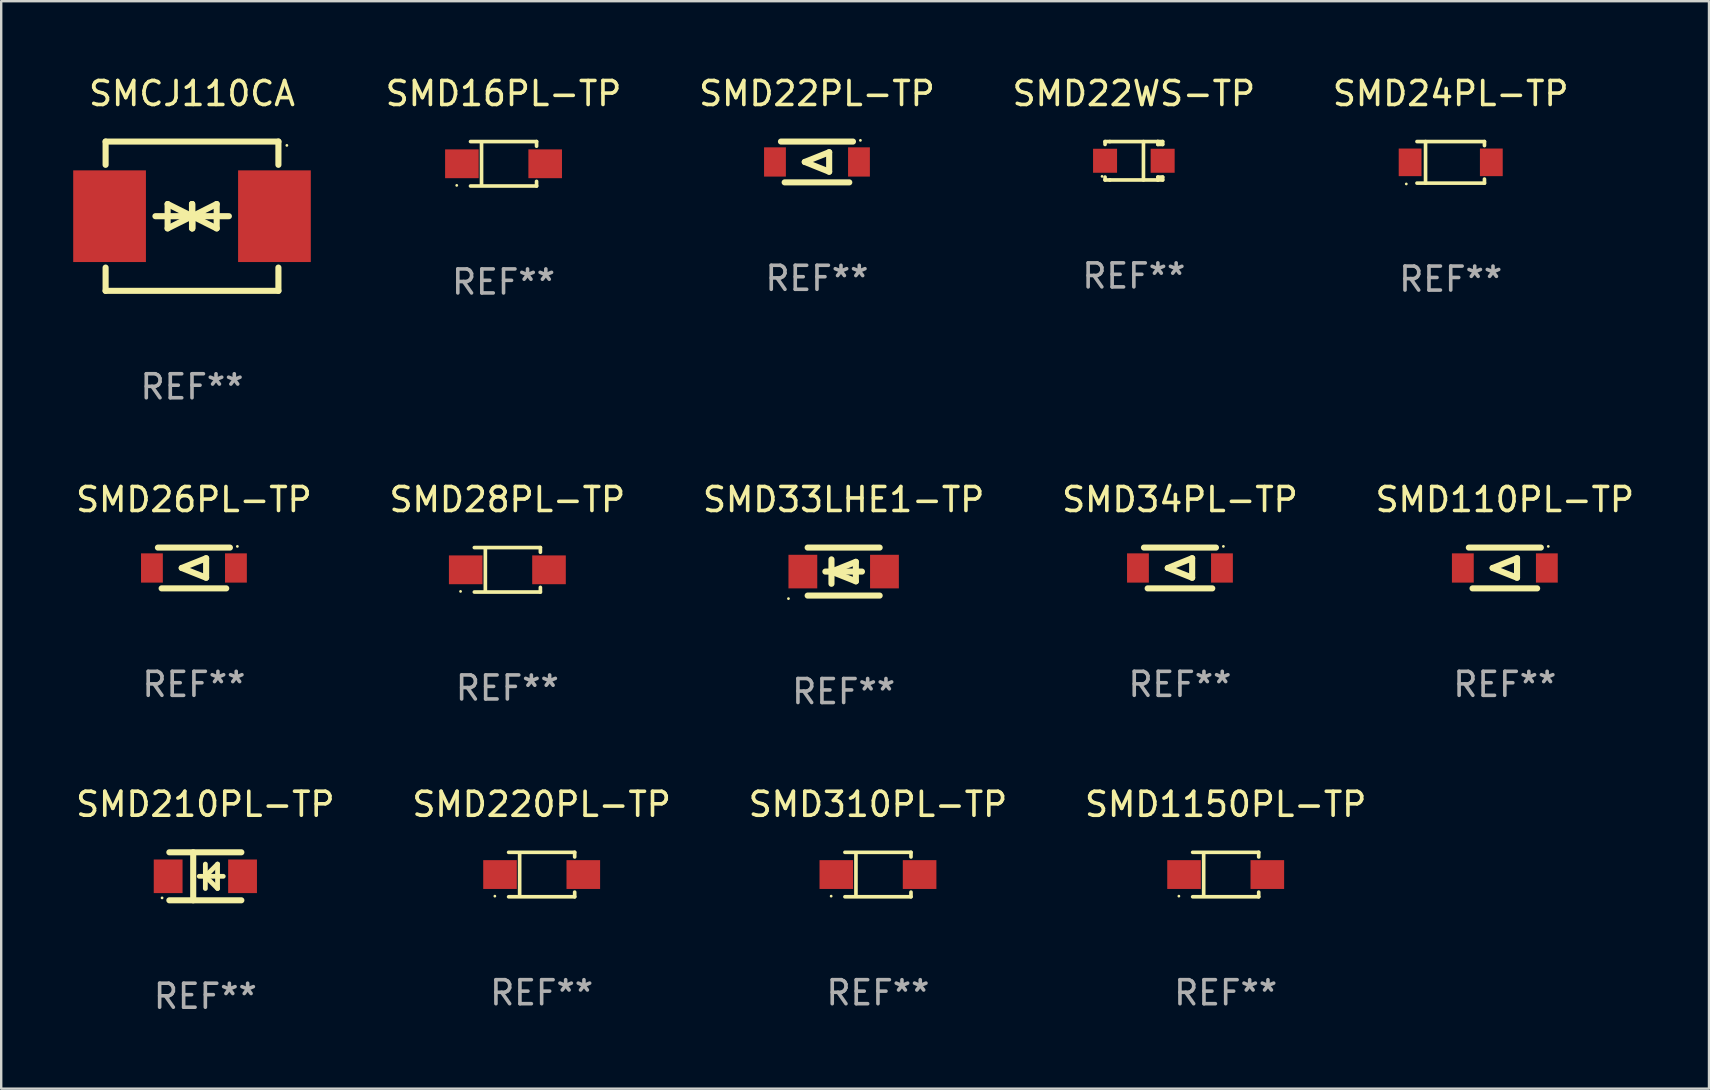
<source format=kicad_pcb>
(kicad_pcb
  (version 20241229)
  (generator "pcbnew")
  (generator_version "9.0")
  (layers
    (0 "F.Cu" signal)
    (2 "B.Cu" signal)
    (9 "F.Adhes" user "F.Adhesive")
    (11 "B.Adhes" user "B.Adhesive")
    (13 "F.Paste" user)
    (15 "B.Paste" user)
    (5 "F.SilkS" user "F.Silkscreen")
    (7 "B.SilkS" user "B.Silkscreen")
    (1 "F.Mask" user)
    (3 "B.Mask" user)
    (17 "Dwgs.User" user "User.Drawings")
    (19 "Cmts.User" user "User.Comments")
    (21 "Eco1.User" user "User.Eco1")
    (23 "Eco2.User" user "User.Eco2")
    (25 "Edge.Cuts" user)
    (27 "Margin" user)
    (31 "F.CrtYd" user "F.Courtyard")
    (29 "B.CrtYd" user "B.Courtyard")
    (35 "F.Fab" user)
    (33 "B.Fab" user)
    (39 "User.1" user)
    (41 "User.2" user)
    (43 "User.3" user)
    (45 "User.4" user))
  (footprint "SMCJ110CA"
    (layer "F.Cu")
    (at 4.95 5.958)
    (property "Reference" "SMCJ110CA" (at 0 -5.11 0) (layer "F.SilkS") (effects (font (size 1 1) (thickness 0.15))))
    (attr through_hole)
    (fp_line (start -3.6 -2.141) (end -3.6 -3.11) (stroke (width 0.254) (type solid)) (layer "F.SilkS"))
    (fp_line (start -3.6 3.11) (end -3.6 2.141) (stroke (width 0.254) (type solid)) (layer "F.SilkS"))
    (fp_line (start -1.524 0) (end 0.508 0) (stroke (width 0.254) (type solid)) (layer "F.SilkS"))
    (fp_line (start -1.016 -0.508) (end -1.016 0.508) (stroke (width 0.254) (type solid)) (layer "F.SilkS"))
    (fp_line (start -1.016 0.508) (end 0 0) (stroke (width 0.254) (type solid)) (layer "F.SilkS"))
    (fp_line (start 0 -0.508) (end 0 0.508) (stroke (width 0.254) (type solid)) (layer "F.SilkS"))
    (fp_line (start 0 0) (end -1.016 -0.508) (stroke (width 0.254) (type solid)) (layer "F.SilkS"))
    (fp_line (start 0 0) (end 0 -0.508) (stroke (width 0.254) (type solid)) (layer "F.SilkS"))
    (fp_line (start 0.012 0) (end 0.012 0.508) (stroke (width 0.254) (type solid)) (layer "F.SilkS"))
    (fp_line (start 0.012 0) (end 1.028 0.508) (stroke (width 0.254) (type solid)) (layer "F.SilkS"))
    (fp_line (start 0.012 0.508) (end 0.012 -0.508) (stroke (width 0.254) (type solid)) (layer "F.SilkS"))
    (fp_line (start 1.028 -0.508) (end 0.012 0) (stroke (width 0.254) (type solid)) (layer "F.SilkS"))
    (fp_line (start 1.028 0.508) (end 1.028 -0.508) (stroke (width 0.254) (type solid)) (layer "F.SilkS"))
    (fp_line (start 1.536 0) (end -0.496 0) (stroke (width 0.254) (type solid)) (layer "F.SilkS"))
    (fp_line (start 3.6 -3.11) (end -3.6 -3.11) (stroke (width 0.254) (type solid)) (layer "F.SilkS"))
    (fp_line (start 3.6 -2.141) (end 3.6 -3.11) (stroke (width 0.254) (type solid)) (layer "F.SilkS"))
    (fp_line (start 3.6 3.11) (end -3.6 3.11) (stroke (width 0.254) (type solid)) (layer "F.SilkS"))
    (fp_line (start 3.6 3.11) (end 3.6 2.141) (stroke (width 0.254) (type solid)) (layer "F.SilkS"))
    (fp_circle (center 3.952 -2.95) (end 3.982 -2.95) (stroke (width 0.06) (type solid)) (fill no) (layer "F.SilkS"))
    (fp_text user "REF**" (at 0 7.11 0) (layer "F.Fab") (effects (font (size 1 1) (thickness 0.15))))
    (pad "1" smd rect (at 3.435 0) (size 3.03 3.82) (layers "F.Cu" "F.Mask" "F.Paste"))
    (pad "2" smd rect (at -3.435 0) (size 3.03 3.82) (layers "F.Cu" "F.Mask" "F.Paste")))
  (footprint "SMD28PL-TP"
    (layer "F.Cu")
    (at 18.089 20.691)
    (property "Reference" "SMD28PL-TP" (at 0 -2.926 0) (layer "F.SilkS") (effects (font (size 1 1) (thickness 0.15))))
    (attr through_hole)
    (fp_line (start -1.376 -0.926) (end 1.376 -0.926) (stroke (width 0.152) (type solid)) (layer "F.SilkS"))
    (fp_line (start -1.376 0.926) (end 1.376 0.926) (stroke (width 0.152) (type solid)) (layer "F.SilkS"))
    (fp_line (start -0.917 -0.876) (end -0.917 0.876) (stroke (width 0.152) (type solid)) (layer "F.SilkS"))
    (fp_line (start 1.376 -0.926) (end 1.376 -0.733) (stroke (width 0.152) (type solid)) (layer "F.SilkS"))
    (fp_line (start 1.376 0.926) (end 1.376 0.733) (stroke (width 0.152) (type solid)) (layer "F.SilkS"))
    (fp_circle (center -1.95 0.9) (end -1.92 0.9) (stroke (width 0.06) (type solid)) (fill no) (layer "F.SilkS"))
    (fp_text user "REF**" (at 0 4.926 0) (layer "F.Fab") (effects (font (size 1 1) (thickness 0.15))))
    (pad "1" smd rect (at -1.735 0) (size 1.4 1.2) (layers "F.Cu" "F.Mask" "F.Paste"))
    (pad "2" smd rect (at 1.735 0) (size 1.4 1.2) (layers "F.Cu" "F.Mask" "F.Paste")))
  (footprint "SMD310PL-TP"
    (layer "F.Cu")
    (at 33.53 33.388)
    (property "Reference" "SMD310PL-TP" (at 0 -2.926 0) (layer "F.SilkS") (effects (font (size 1 1) (thickness 0.15))))
    (attr through_hole)
    (fp_line (start -1.376 -0.926) (end 1.376 -0.926) (stroke (width 0.152) (type solid)) (layer "F.SilkS"))
    (fp_line (start -1.376 0.926) (end 1.376 0.926) (stroke (width 0.152) (type solid)) (layer "F.SilkS"))
    (fp_line (start -0.917 -0.876) (end -0.917 0.876) (stroke (width 0.152) (type solid)) (layer "F.SilkS"))
    (fp_line (start 1.376 -0.926) (end 1.376 -0.733) (stroke (width 0.152) (type solid)) (layer "F.SilkS"))
    (fp_line (start 1.376 0.926) (end 1.376 0.733) (stroke (width 0.152) (type solid)) (layer "F.SilkS"))
    (fp_circle (center -1.95 0.9) (end -1.92 0.9) (stroke (width 0.06) (type solid)) (fill no) (layer "F.SilkS"))
    (fp_text user "REF**" (at 0 4.926 0) (layer "F.Fab") (effects (font (size 1 1) (thickness 0.15))))
    (pad "1" smd rect (at -1.735 0) (size 1.4 1.2) (layers "F.Cu" "F.Mask" "F.Paste"))
    (pad "2" smd rect (at 1.735 0) (size 1.4 1.2) (layers "F.Cu" "F.Mask" "F.Paste")))
  (footprint "SMD210PL-TP"
    (layer "F.Cu")
    (at 5.506 33.461)
    (property "Reference" "SMD210PL-TP" (at 0 -3 0) (layer "F.SilkS") (effects (font (size 1 1) (thickness 0.15))))
    (attr through_hole)
    (fp_line (start -1.5 -1) (end 1.5 -1) (stroke (width 0.254) (type solid)) (layer "F.SilkS"))
    (fp_line (start -1.5 1) (end 1.5 1) (stroke (width 0.254) (type solid)) (layer "F.SilkS"))
    (fp_line (start -0.506 -1) (end -0.506 1) (stroke (width 0.254) (type solid)) (layer "F.SilkS"))
    (fp_line (start -0.254 0) (end 0.746 0) (stroke (width 0.2) (type solid)) (layer "F.SilkS"))
    (fp_line (start 0.000102 -0.508) (end 0.000102 0.508) (stroke (width 0.2) (type solid)) (layer "F.SilkS"))
    (fp_line (start 0.000102 0) (end 0.508 -0.508) (stroke (width 0.2) (type solid)) (layer "F.SilkS"))
    (fp_line (start 0.508 -0.508) (end 0.508 0.508) (stroke (width 0.2) (type solid)) (layer "F.SilkS"))
    (fp_line (start 0.508 0.508) (end 0.000102 0) (stroke (width 0.2) (type solid)) (layer "F.SilkS"))
    (fp_circle (center -1.803 0.9) (end -1.773 0.9) (stroke (width 0.06) (type solid)) (fill no) (layer "F.SilkS"))
    (fp_text user "REF**" (at 0 5 0) (layer "F.Fab") (effects (font (size 1 1) (thickness 0.15))))
    (pad "1" smd rect (at -1.55 0) (size 1.2 1.4) (layers "F.Cu" "F.Mask" "F.Paste"))
    (pad "2" smd rect (at 1.55 0) (size 1.2 1.4) (layers "F.Cu" "F.Mask" "F.Paste")))
  (footprint "SMD22PL-TP"
    (layer "F.Cu")
    (at 30.989 3.698)
    (property "Reference" "SMD22PL-TP" (at 0 -2.85 0) (layer "F.SilkS") (effects (font (size 1 1) (thickness 0.15))))
    (attr through_hole)
    (fp_line (start -1.5 -0.85) (end 1.5 -0.85) (stroke (width 0.254) (type solid)) (layer "F.SilkS"))
    (fp_line (start -0.508 0) (end 0.508 -0.406) (stroke (width 0.254) (type solid)) (layer "F.SilkS"))
    (fp_line (start 0.508 -0.406) (end 0.508 0.406) (stroke (width 0.254) (type solid)) (layer "F.SilkS"))
    (fp_line (start 0.508 0.406) (end -0.508 0) (stroke (width 0.254) (type solid)) (layer "F.SilkS"))
    (fp_line (start 1.346 0.85) (end -1.346 0.85) (stroke (width 0.254) (type solid)) (layer "F.SilkS"))
    (fp_circle (center 1.81 -0.9) (end 1.84 -0.9) (stroke (width 0.06) (type solid)) (fill no) (layer "F.SilkS"))
    (fp_text user "REF**" (at 0 4.85 0) (layer "F.Fab") (effects (font (size 1 1) (thickness 0.15))))
    (pad "1" smd rect (at 1.75 0) (size 0.909 1.219) (layers "F.Cu" "F.Mask" "F.Paste"))
    (pad "2" smd rect (at -1.75 0) (size 0.909 1.219) (layers "F.Cu" "F.Mask" "F.Paste")))
  (footprint "SMD22WS-TP"
    (layer "F.Cu")
    (at 44.192 3.648)
    (property "Reference" "SMD22WS-TP" (at 0 -2.8 0) (layer "F.SilkS") (effects (font (size 1 1) (thickness 0.15))))
    (attr through_hole)
    (fp_line (start -1.2 -0.8) (end -1.2 -0.68) (stroke (width 0.152) (type solid)) (layer "F.SilkS"))
    (fp_line (start -1.2 0.68) (end -1.2 0.8) (stroke (width 0.152) (type solid)) (layer "F.SilkS"))
    (fp_line (start -1.2 0.8) (end -1 0.8) (stroke (width 0.152) (type solid)) (layer "F.SilkS"))
    (fp_line (start -1 -0.8) (end -1.2 -0.8) (stroke (width 0.152) (type solid)) (layer "F.SilkS"))
    (fp_line (start -1 -0.8) (end 1 -0.8) (stroke (width 0.152) (type solid)) (layer "F.SilkS"))
    (fp_line (start -1 0.8) (end 1 0.8) (stroke (width 0.152) (type solid)) (layer "F.SilkS"))
    (fp_line (start 0.4 -0.8) (end 0.4 0.8) (stroke (width 0.152) (type solid)) (layer "F.SilkS"))
    (fp_line (start 1 -0.8) (end 1 -0.68) (stroke (width 0.152) (type solid)) (layer "F.SilkS"))
    (fp_line (start 1 -0.8) (end 1.2 -0.8) (stroke (width 0.152) (type solid)) (layer "F.SilkS"))
    (fp_line (start 1 0.68) (end 1 0.8) (stroke (width 0.152) (type solid)) (layer "F.SilkS"))
    (fp_line (start 1 0.68) (end 1.2 0.68) (stroke (width 0.152) (type solid)) (layer "F.SilkS"))
    (fp_line (start 1.2 -0.8) (end 1.2 -0.68) (stroke (width 0.152) (type solid)) (layer "F.SilkS"))
    (fp_line (start 1.2 -0.68) (end 1 -0.68) (stroke (width 0.152) (type solid)) (layer "F.SilkS"))
    (fp_line (start 1.2 0.68) (end 1.2 0.8) (stroke (width 0.152) (type solid)) (layer "F.SilkS"))
    (fp_line (start 1.2 0.8) (end 1 0.8) (stroke (width 0.152) (type solid)) (layer "F.SilkS"))
    (fp_circle (center -1.325 0.65) (end -1.295 0.65) (stroke (width 0.06) (type solid)) (fill no) (layer "F.SilkS"))
    (fp_text user "REF**" (at 0 4.8 0) (layer "F.Fab") (effects (font (size 1 1) (thickness 0.15))))
    (pad "1" smd rect (at -1.2 0 180) (size 1 1) (layers "F.Cu" "F.Mask" "F.Paste"))
    (pad "2" smd rect (at 1.2 0 180) (size 1 1) (layers "F.Cu" "F.Mask" "F.Paste")))
  (footprint "SMD1150PL-TP"
    (layer "F.Cu")
    (at 48.018 33.388)
    (property "Reference" "SMD1150PL-TP" (at 0 -2.926 0) (layer "F.SilkS") (effects (font (size 1 1) (thickness 0.15))))
    (attr through_hole)
    (fp_line (start -1.376 -0.926) (end 1.376 -0.926) (stroke (width 0.152) (type solid)) (layer "F.SilkS"))
    (fp_line (start -1.376 0.926) (end 1.376 0.926) (stroke (width 0.152) (type solid)) (layer "F.SilkS"))
    (fp_line (start -0.917 -0.876) (end -0.917 0.876) (stroke (width 0.152) (type solid)) (layer "F.SilkS"))
    (fp_line (start 1.376 -0.926) (end 1.376 -0.733) (stroke (width 0.152) (type solid)) (layer "F.SilkS"))
    (fp_line (start 1.376 0.926) (end 1.376 0.733) (stroke (width 0.152) (type solid)) (layer "F.SilkS"))
    (fp_circle (center -1.95 0.9) (end -1.92 0.9) (stroke (width 0.06) (type solid)) (fill no) (layer "F.SilkS"))
    (fp_text user "REF**" (at 0 4.926 0) (layer "F.Fab") (effects (font (size 1 1) (thickness 0.15))))
    (pad "1" smd rect (at -1.735 0) (size 1.4 1.2) (layers "F.Cu" "F.Mask" "F.Paste"))
    (pad "2" smd rect (at 1.735 0) (size 1.4 1.2) (layers "F.Cu" "F.Mask" "F.Paste")))
  (footprint "SMD34PL-TP"
    (layer "F.Cu")
    (at 46.113 20.615)
    (property "Reference" "SMD34PL-TP" (at 0 -2.85 0) (layer "F.SilkS") (effects (font (size 1 1) (thickness 0.15))))
    (attr through_hole)
    (fp_line (start -1.5 -0.85) (end 1.5 -0.85) (stroke (width 0.254) (type solid)) (layer "F.SilkS"))
    (fp_line (start -0.508 0) (end 0.508 -0.406) (stroke (width 0.254) (type solid)) (layer "F.SilkS"))
    (fp_line (start 0.508 -0.406) (end 0.508 0.406) (stroke (width 0.254) (type solid)) (layer "F.SilkS"))
    (fp_line (start 0.508 0.406) (end -0.508 0) (stroke (width 0.254) (type solid)) (layer "F.SilkS"))
    (fp_line (start 1.346 0.85) (end -1.346 0.85) (stroke (width 0.254) (type solid)) (layer "F.SilkS"))
    (fp_circle (center 1.81 -0.9) (end 1.84 -0.9) (stroke (width 0.06) (type solid)) (fill no) (layer "F.SilkS"))
    (fp_text user "REF**" (at 0 4.85 0) (layer "F.Fab") (effects (font (size 1 1) (thickness 0.15))))
    (pad "1" smd rect (at 1.75 0) (size 0.909 1.219) (layers "F.Cu" "F.Mask" "F.Paste"))
    (pad "2" smd rect (at -1.75 0) (size 0.909 1.219) (layers "F.Cu" "F.Mask" "F.Paste")))
  (footprint "SMD33LHE1-TP"
    (layer "F.Cu")
    (at 32.101 20.765)
    (property "Reference" "SMD33LHE1-TP" (at 0 -3 0) (layer "F.SilkS") (effects (font (size 1 1) (thickness 0.15))))
    (attr through_hole)
    (fp_line (start -1.5 -1) (end 1.5 -1) (stroke (width 0.254) (type solid)) (layer "F.SilkS"))
    (fp_line (start -1.5 1) (end 1.5 1) (stroke (width 0.254) (type solid)) (layer "F.SilkS"))
    (fp_line (start -0.762 0) (end 0.762 0) (stroke (width 0.254) (type solid)) (layer "F.SilkS"))
    (fp_line (start -0.508 -0.508) (end -0.508 0.508) (stroke (width 0.254) (type solid)) (layer "F.SilkS"))
    (fp_line (start -0.508 0) (end 0.508 -0.406) (stroke (width 0.254) (type solid)) (layer "F.SilkS"))
    (fp_line (start 0.508 -0.406) (end 0.508 0.406) (stroke (width 0.254) (type solid)) (layer "F.SilkS"))
    (fp_line (start 0.508 0.406) (end -0.508 0) (stroke (width 0.254) (type solid)) (layer "F.SilkS"))
    (fp_circle (center -2.3 1.127) (end -2.27 1.127) (stroke (width 0.06) (type solid)) (fill no) (layer "F.SilkS"))
    (fp_text user "REF**" (at 0 5 0) (layer "F.Fab") (effects (font (size 1 1) (thickness 0.15))))
    (pad "1" smd rect (at -1.7 0) (size 1.2 1.4) (layers "F.Cu" "F.Mask" "F.Paste"))
    (pad "2" smd rect (at 1.7 0) (size 1.2 1.4) (layers "F.Cu" "F.Mask" "F.Paste")))
  (footprint "SMD220PL-TP"
    (layer "F.Cu")
    (at 19.518 33.388)
    (property "Reference" "SMD220PL-TP" (at 0 -2.926 0) (layer "F.SilkS") (effects (font (size 1 1) (thickness 0.15))))
    (attr through_hole)
    (fp_line (start -1.376 -0.926) (end 1.376 -0.926) (stroke (width 0.152) (type solid)) (layer "F.SilkS"))
    (fp_line (start -1.376 0.926) (end 1.376 0.926) (stroke (width 0.152) (type solid)) (layer "F.SilkS"))
    (fp_line (start -0.917 -0.876) (end -0.917 0.876) (stroke (width 0.152) (type solid)) (layer "F.SilkS"))
    (fp_line (start 1.376 -0.926) (end 1.376 -0.733) (stroke (width 0.152) (type solid)) (layer "F.SilkS"))
    (fp_line (start 1.376 0.926) (end 1.376 0.733) (stroke (width 0.152) (type solid)) (layer "F.SilkS"))
    (fp_circle (center -1.95 0.9) (end -1.92 0.9) (stroke (width 0.06) (type solid)) (fill no) (layer "F.SilkS"))
    (fp_text user "REF**" (at 0 4.926 0) (layer "F.Fab") (effects (font (size 1 1) (thickness 0.15))))
    (pad "1" smd rect (at -1.735 0) (size 1.4 1.2) (layers "F.Cu" "F.Mask" "F.Paste"))
    (pad "2" smd rect (at 1.735 0) (size 1.4 1.2) (layers "F.Cu" "F.Mask" "F.Paste")))
  (footprint "SMD110PL-TP"
    (layer "F.Cu")
    (at 59.649 20.615)
    (property "Reference" "SMD110PL-TP" (at 0 -2.85 0) (layer "F.SilkS") (effects (font (size 1 1) (thickness 0.15))))
    (attr through_hole)
    (fp_line (start -1.5 -0.85) (end 1.5 -0.85) (stroke (width 0.254) (type solid)) (layer "F.SilkS"))
    (fp_line (start -0.508 0) (end 0.508 -0.406) (stroke (width 0.254) (type solid)) (layer "F.SilkS"))
    (fp_line (start 0.508 -0.406) (end 0.508 0.406) (stroke (width 0.254) (type solid)) (layer "F.SilkS"))
    (fp_line (start 0.508 0.406) (end -0.508 0) (stroke (width 0.254) (type solid)) (layer "F.SilkS"))
    (fp_line (start 1.346 0.85) (end -1.346 0.85) (stroke (width 0.254) (type solid)) (layer "F.SilkS"))
    (fp_circle (center 1.81 -0.9) (end 1.84 -0.9) (stroke (width 0.06) (type solid)) (fill no) (layer "F.SilkS"))
    (fp_text user "REF**" (at 0 4.85 0) (layer "F.Fab") (effects (font (size 1 1) (thickness 0.15))))
    (pad "1" smd rect (at 1.75 0) (size 0.909 1.219) (layers "F.Cu" "F.Mask" "F.Paste"))
    (pad "2" smd rect (at -1.75 0) (size 0.909 1.219) (layers "F.Cu" "F.Mask" "F.Paste")))
  (footprint "SMD26PL-TP"
    (layer "F.Cu")
    (at 5.03 20.615)
    (property "Reference" "SMD26PL-TP" (at 0 -2.85 0) (layer "F.SilkS") (effects (font (size 1 1) (thickness 0.15))))
    (attr through_hole)
    (fp_line (start -1.5 -0.85) (end 1.5 -0.85) (stroke (width 0.254) (type solid)) (layer "F.SilkS"))
    (fp_line (start -0.508 0) (end 0.508 -0.406) (stroke (width 0.254) (type solid)) (layer "F.SilkS"))
    (fp_line (start 0.508 -0.406) (end 0.508 0.406) (stroke (width 0.254) (type solid)) (layer "F.SilkS"))
    (fp_line (start 0.508 0.406) (end -0.508 0) (stroke (width 0.254) (type solid)) (layer "F.SilkS"))
    (fp_line (start 1.346 0.85) (end -1.346 0.85) (stroke (width 0.254) (type solid)) (layer "F.SilkS"))
    (fp_circle (center 1.81 -0.9) (end 1.84 -0.9) (stroke (width 0.06) (type solid)) (fill no) (layer "F.SilkS"))
    (fp_text user "REF**" (at 0 4.85 0) (layer "F.Fab") (effects (font (size 1 1) (thickness 0.15))))
    (pad "1" smd rect (at 1.75 0) (size 0.909 1.219) (layers "F.Cu" "F.Mask" "F.Paste"))
    (pad "2" smd rect (at -1.75 0) (size 0.909 1.219) (layers "F.Cu" "F.Mask" "F.Paste")))
  (footprint "SMD16PL-TP"
    (layer "F.Cu")
    (at 17.93 3.774)
    (property "Reference" "SMD16PL-TP" (at 0 -2.926 0) (layer "F.SilkS") (effects (font (size 1 1) (thickness 0.15))))
    (attr through_hole)
    (fp_line (start -1.376 -0.926) (end 1.376 -0.926) (stroke (width 0.152) (type solid)) (layer "F.SilkS"))
    (fp_line (start -1.376 0.926) (end 1.376 0.926) (stroke (width 0.152) (type solid)) (layer "F.SilkS"))
    (fp_line (start -0.917 -0.876) (end -0.917 0.876) (stroke (width 0.152) (type solid)) (layer "F.SilkS"))
    (fp_line (start 1.376 -0.926) (end 1.376 -0.733) (stroke (width 0.152) (type solid)) (layer "F.SilkS"))
    (fp_line (start 1.376 0.926) (end 1.376 0.733) (stroke (width 0.152) (type solid)) (layer "F.SilkS"))
    (fp_circle (center -1.95 0.9) (end -1.92 0.9) (stroke (width 0.06) (type solid)) (fill no) (layer "F.SilkS"))
    (fp_text user "REF**" (at 0 4.926 0) (layer "F.Fab") (effects (font (size 1 1) (thickness 0.15))))
    (pad "1" smd rect (at -1.735 0) (size 1.4 1.2) (layers "F.Cu" "F.Mask" "F.Paste"))
    (pad "2" smd rect (at 1.735 0) (size 1.4 1.2) (layers "F.Cu" "F.Mask" "F.Paste")))
  (footprint "SMD24PL-TP"
    (layer "F.Cu")
    (at 57.394 3.714)
    (property "Reference" "SMD24PL-TP" (at 0 -2.866 0) (layer "F.SilkS") (effects (font (size 1 1) (thickness 0.15))))
    (attr through_hole)
    (fp_line (start -1.406 -0.866) (end 1.406 -0.866) (stroke (width 0.152) (type solid)) (layer "F.SilkS"))
    (fp_line (start -1.406 0.866) (end 1.406 0.866) (stroke (width 0.152) (type solid)) (layer "F.SilkS"))
    (fp_line (start -1.049 -0.866) (end -1.049 0.866) (stroke (width 0.152) (type solid)) (layer "F.SilkS"))
    (fp_line (start 1.406 -0.866) (end 1.406 -0.698) (stroke (width 0.152) (type solid)) (layer "F.SilkS"))
    (fp_line (start 1.406 0.866) (end 1.406 0.698) (stroke (width 0.152) (type solid)) (layer "F.SilkS"))
    (fp_circle (center -1.851 0.9) (end -1.821 0.9) (stroke (width 0.06) (type solid)) (fill no) (layer "F.SilkS"))
    (fp_text user "REF**" (at 0 4.866 0) (layer "F.Fab") (effects (font (size 1 1) (thickness 0.15))))
    (pad "1" smd rect (at -1.692 0) (size 0.95 1.15) (layers "F.Cu" "F.Mask" "F.Paste"))
    (pad "2" smd rect (at 1.692 0) (size 0.95 1.15) (layers "F.Cu" "F.Mask" "F.Paste")))
  (gr_rect
    (start -3 -3)
    (end 68.155 42.31)
    (stroke (width 0.1) (type default))
    (fill no)
    (layer "Edge.Cuts")))
</source>
